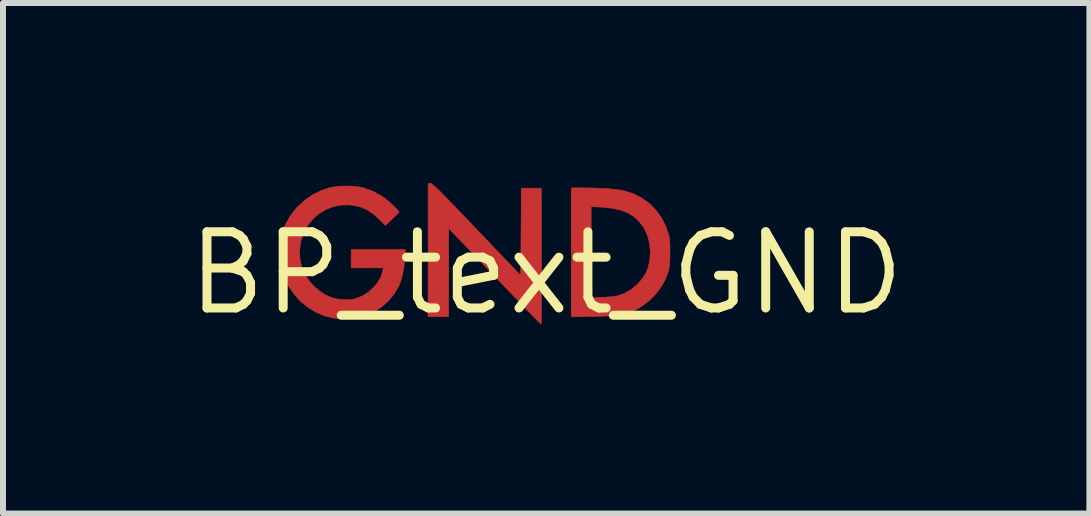
<source format=kicad_pcb>
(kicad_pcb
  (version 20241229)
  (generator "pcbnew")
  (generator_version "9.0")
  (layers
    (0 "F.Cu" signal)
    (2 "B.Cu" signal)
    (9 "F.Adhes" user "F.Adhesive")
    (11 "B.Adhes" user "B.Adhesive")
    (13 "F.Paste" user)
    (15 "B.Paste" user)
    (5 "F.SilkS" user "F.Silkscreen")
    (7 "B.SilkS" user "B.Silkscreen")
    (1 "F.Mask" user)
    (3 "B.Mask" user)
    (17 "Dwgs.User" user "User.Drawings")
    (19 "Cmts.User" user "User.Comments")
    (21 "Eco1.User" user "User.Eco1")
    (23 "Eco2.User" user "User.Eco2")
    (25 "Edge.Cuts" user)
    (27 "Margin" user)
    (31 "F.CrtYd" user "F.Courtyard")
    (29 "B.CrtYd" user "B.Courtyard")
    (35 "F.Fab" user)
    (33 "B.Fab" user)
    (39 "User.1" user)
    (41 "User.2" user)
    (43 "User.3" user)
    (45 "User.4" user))
  (footprint "BP_text_GND"
    (layer "F.Cu")
    (at 6.055 1.504)
    (property "Reference" "BP_text_GND" (at 0 0 0) (layer "F.SilkS") (effects (font (size 1.27 1.27) (thickness 0.15))))
    (attr through_hole)
    (fp_poly (pts (xy -1.923 -1.497) (xy -1.912 -1.491) (xy -1.896 -1.48) (xy -1.875 -1.462) (xy -1.847 -1.437) (xy -1.812 -1.403) (xy -1.767 -1.359) (xy -1.713 -1.305) (xy -1.648 -1.238) (xy -1.571 -1.159) (xy -1.48 -1.065) (xy -1.375 -0.955) (xy -1.254 -0.829) (xy -1.16 -0.73) (xy -0.425 0.038) (xy -0.413 -1.416) (xy -0.083 -1.416) (xy -0.079 -0.283) (xy -0.079 -0.115) (xy -0.079 0.044) (xy -0.079 0.195) (xy -0.079 0.334) (xy -0.08 0.461) (xy -0.08 0.573) (xy -0.081 0.668) (xy -0.082 0.746) (xy -0.083 0.803) (xy -0.084 0.838) (xy -0.086 0.85) (xy -0.096 0.841) (xy -0.122 0.815) (xy -0.163 0.773) (xy -0.218 0.717) (xy -0.286 0.647) (xy -0.364 0.566) (xy -0.453 0.474) (xy -0.55 0.374) (xy -0.654 0.265) (xy -0.764 0.15) (xy -0.86 0.05) (xy -1.626 -0.749) (xy -1.626 0.724) (xy -1.968 0.724) (xy -1.968 -1.499) (xy -1.931 -1.499) (xy -1.923 -1.497)) (stroke (width 0.01) (type solid)) (fill yes) (layer "F.Cu"))
    (fp_poly (pts (xy 0.619 -1.422) (xy 0.763 -1.42) (xy 0.9 -1.415) (xy 1.028 -1.408) (xy 1.141 -1.398) (xy 1.236 -1.385) (xy 1.308 -1.371) (xy 1.457 -1.322) (xy 1.594 -1.252) (xy 1.718 -1.162) (xy 1.827 -1.053) (xy 1.918 -0.928) (xy 1.991 -0.789) (xy 2.034 -0.666) (xy 2.046 -0.624) (xy 2.053 -0.585) (xy 2.059 -0.542) (xy 2.062 -0.49) (xy 2.063 -0.424) (xy 2.063 -0.349) (xy 2.062 -0.247) (xy 2.058 -0.165) (xy 2.049 -0.096) (xy 2.036 -0.034) (xy 2.016 0.027) (xy 1.989 0.093) (xy 1.982 0.109) (xy 1.915 0.23) (xy 1.828 0.345) (xy 1.726 0.449) (xy 1.613 0.539) (xy 1.493 0.61) (xy 1.403 0.648) (xy 1.35 0.666) (xy 1.298 0.68) (xy 1.245 0.692) (xy 1.187 0.7) (xy 1.119 0.707) (xy 1.039 0.712) (xy 0.942 0.716) (xy 0.824 0.719) (xy 0.784 0.72) (xy 0.419 0.727) (xy 0.419 0.41) (xy 0.749 0.41) (xy 0.937 0.403) (xy 1.018 0.398) (xy 1.093 0.392) (xy 1.156 0.384) (xy 1.199 0.375) (xy 1.313 0.332) (xy 1.421 0.269) (xy 1.518 0.189) (xy 1.6 0.096) (xy 1.664 -0.007) (xy 1.695 -0.082) (xy 1.726 -0.208) (xy 1.736 -0.34) (xy 1.727 -0.471) (xy 1.699 -0.597) (xy 1.653 -0.713) (xy 1.618 -0.773) (xy 1.545 -0.867) (xy 1.461 -0.944) (xy 1.363 -1.004) (xy 1.251 -1.049) (xy 1.12 -1.08) (xy 0.971 -1.098) (xy 0.911 -1.102) (xy 0.749 -1.109) (xy 0.749 0.41) (xy 0.419 0.41) (xy 0.419 -1.422) (xy 0.619 -1.422)) (stroke (width 0.01) (type solid)) (fill yes) (layer "F.Cu"))
    (fp_poly (pts (xy -3.201 -1.448) (xy -3.103 -1.435) (xy -3.054 -1.424) (xy -2.899 -1.37) (xy -2.759 -1.296) (xy -2.71 -1.263) (xy -2.669 -1.232) (xy -2.623 -1.193) (xy -2.576 -1.151) (xy -2.532 -1.109) (xy -2.494 -1.071) (xy -2.467 -1.041) (xy -2.454 -1.021) (xy -2.453 -1.018) (xy -2.464 -1.005) (xy -2.489 -0.979) (xy -2.525 -0.944) (xy -2.569 -0.902) (xy -2.569 -0.902) (xy -2.681 -0.796) (xy -2.77 -0.888) (xy -2.872 -0.981) (xy -2.974 -1.051) (xy -3.082 -1.1) (xy -3.199 -1.129) (xy -3.289 -1.139) (xy -3.426 -1.135) (xy -3.556 -1.108) (xy -3.678 -1.059) (xy -3.79 -0.99) (xy -3.889 -0.904) (xy -3.972 -0.802) (xy -4.038 -0.686) (xy -4.084 -0.557) (xy -4.097 -0.495) (xy -4.112 -0.35) (xy -4.102 -0.212) (xy -4.069 -0.081) (xy -4.012 0.041) (xy -3.932 0.153) (xy -3.885 0.203) (xy -3.786 0.292) (xy -3.688 0.358) (xy -3.588 0.404) (xy -3.479 0.431) (xy -3.376 0.442) (xy -3.308 0.443) (xy -3.255 0.441) (xy -3.207 0.432) (xy -3.166 0.421) (xy -3.062 0.378) (xy -2.966 0.318) (xy -2.88 0.242) (xy -2.809 0.156) (xy -2.756 0.063) (xy -2.725 -0.033) (xy -2.724 -0.041) (xy -2.715 -0.089) (xy -3.251 -0.089) (xy -3.251 -0.394) (xy -2.349 -0.394) (xy -2.357 -0.257) (xy -2.37 -0.115) (xy -2.393 0.015) (xy -2.423 0.128) (xy -2.455 0.208) (xy -2.533 0.342) (xy -2.63 0.461) (xy -2.744 0.562) (xy -2.874 0.645) (xy -2.972 0.69) (xy -3.106 0.731) (xy -3.251 0.755) (xy -3.399 0.761) (xy -3.541 0.748) (xy -3.543 0.748) (xy -3.695 0.71) (xy -3.838 0.65) (xy -3.971 0.57) (xy -4.091 0.472) (xy -4.196 0.358) (xy -4.285 0.231) (xy -4.356 0.092) (xy -4.408 -0.057) (xy -4.437 -0.213) (xy -4.445 -0.337) (xy -4.434 -0.508) (xy -4.4 -0.668) (xy -4.344 -0.817) (xy -4.265 -0.956) (xy -4.163 -1.085) (xy -4.151 -1.097) (xy -4.027 -1.214) (xy -3.892 -1.308) (xy -3.746 -1.38) (xy -3.613 -1.424) (xy -3.524 -1.441) (xy -3.42 -1.451) (xy -3.309 -1.453) (xy -3.201 -1.448)) (stroke (width 0.01) (type solid)) (fill yes) (layer "F.Cu"))
    (fp_poly (pts (xy -1.923 -1.497) (xy -1.912 -1.491) (xy -1.896 -1.48) (xy -1.875 -1.462) (xy -1.847 -1.437) (xy -1.812 -1.403) (xy -1.767 -1.359) (xy -1.713 -1.305) (xy -1.648 -1.238) (xy -1.571 -1.159) (xy -1.48 -1.065) (xy -1.375 -0.955) (xy -1.254 -0.829) (xy -1.16 -0.73) (xy -0.425 0.038) (xy -0.413 -1.416) (xy -0.083 -1.416) (xy -0.079 -0.283) (xy -0.079 -0.115) (xy -0.079 0.044) (xy -0.079 0.195) (xy -0.079 0.334) (xy -0.08 0.461) (xy -0.08 0.573) (xy -0.081 0.668) (xy -0.082 0.746) (xy -0.083 0.803) (xy -0.084 0.838) (xy -0.086 0.85) (xy -0.096 0.841) (xy -0.122 0.815) (xy -0.163 0.773) (xy -0.218 0.717) (xy -0.286 0.647) (xy -0.364 0.566) (xy -0.453 0.474) (xy -0.55 0.374) (xy -0.654 0.265) (xy -0.764 0.15) (xy -0.86 0.05) (xy -1.626 -0.749) (xy -1.626 0.724) (xy -1.968 0.724) (xy -1.968 -1.499) (xy -1.931 -1.499) (xy -1.923 -1.497)) (stroke (width 0.01) (type solid)) (fill yes) (layer "F.Mask"))
    (fp_poly (pts (xy 0.619 -1.422) (xy 0.763 -1.42) (xy 0.9 -1.415) (xy 1.028 -1.408) (xy 1.141 -1.398) (xy 1.236 -1.385) (xy 1.308 -1.371) (xy 1.457 -1.322) (xy 1.594 -1.252) (xy 1.718 -1.162) (xy 1.827 -1.053) (xy 1.918 -0.928) (xy 1.991 -0.789) (xy 2.034 -0.666) (xy 2.046 -0.624) (xy 2.053 -0.585) (xy 2.059 -0.542) (xy 2.062 -0.49) (xy 2.063 -0.424) (xy 2.063 -0.349) (xy 2.062 -0.247) (xy 2.058 -0.165) (xy 2.049 -0.096) (xy 2.036 -0.034) (xy 2.016 0.027) (xy 1.989 0.093) (xy 1.982 0.109) (xy 1.915 0.23) (xy 1.828 0.345) (xy 1.726 0.449) (xy 1.613 0.539) (xy 1.493 0.61) (xy 1.403 0.648) (xy 1.35 0.666) (xy 1.298 0.68) (xy 1.245 0.692) (xy 1.187 0.7) (xy 1.119 0.707) (xy 1.039 0.712) (xy 0.942 0.716) (xy 0.824 0.719) (xy 0.784 0.72) (xy 0.419 0.727) (xy 0.419 0.41) (xy 0.749 0.41) (xy 0.937 0.403) (xy 1.018 0.398) (xy 1.093 0.392) (xy 1.156 0.384) (xy 1.199 0.375) (xy 1.313 0.332) (xy 1.421 0.269) (xy 1.518 0.189) (xy 1.6 0.096) (xy 1.664 -0.007) (xy 1.695 -0.082) (xy 1.726 -0.208) (xy 1.736 -0.34) (xy 1.727 -0.471) (xy 1.699 -0.597) (xy 1.653 -0.713) (xy 1.618 -0.773) (xy 1.545 -0.867) (xy 1.461 -0.944) (xy 1.363 -1.004) (xy 1.251 -1.049) (xy 1.12 -1.08) (xy 0.971 -1.098) (xy 0.911 -1.102) (xy 0.749 -1.109) (xy 0.749 0.41) (xy 0.419 0.41) (xy 0.419 -1.422) (xy 0.619 -1.422)) (stroke (width 0.01) (type solid)) (fill yes) (layer "F.Mask"))
    (fp_poly (pts (xy -3.201 -1.448) (xy -3.103 -1.435) (xy -3.054 -1.424) (xy -2.899 -1.37) (xy -2.759 -1.296) (xy -2.71 -1.263) (xy -2.669 -1.232) (xy -2.623 -1.193) (xy -2.576 -1.151) (xy -2.532 -1.109) (xy -2.494 -1.071) (xy -2.467 -1.041) (xy -2.454 -1.021) (xy -2.453 -1.018) (xy -2.464 -1.005) (xy -2.489 -0.979) (xy -2.525 -0.944) (xy -2.569 -0.902) (xy -2.569 -0.902) (xy -2.681 -0.796) (xy -2.77 -0.888) (xy -2.872 -0.981) (xy -2.974 -1.051) (xy -3.082 -1.1) (xy -3.199 -1.129) (xy -3.289 -1.139) (xy -3.426 -1.135) (xy -3.556 -1.108) (xy -3.678 -1.059) (xy -3.79 -0.99) (xy -3.889 -0.904) (xy -3.972 -0.802) (xy -4.038 -0.686) (xy -4.084 -0.557) (xy -4.097 -0.495) (xy -4.112 -0.35) (xy -4.102 -0.212) (xy -4.069 -0.081) (xy -4.012 0.041) (xy -3.932 0.153) (xy -3.885 0.203) (xy -3.786 0.292) (xy -3.688 0.358) (xy -3.588 0.404) (xy -3.479 0.431) (xy -3.376 0.442) (xy -3.308 0.443) (xy -3.255 0.441) (xy -3.207 0.432) (xy -3.166 0.421) (xy -3.062 0.378) (xy -2.966 0.318) (xy -2.88 0.242) (xy -2.809 0.156) (xy -2.756 0.063) (xy -2.725 -0.033) (xy -2.724 -0.041) (xy -2.715 -0.089) (xy -3.251 -0.089) (xy -3.251 -0.394) (xy -2.349 -0.394) (xy -2.357 -0.257) (xy -2.37 -0.115) (xy -2.393 0.015) (xy -2.423 0.128) (xy -2.455 0.208) (xy -2.533 0.342) (xy -2.63 0.461) (xy -2.744 0.562) (xy -2.874 0.645) (xy -2.972 0.69) (xy -3.106 0.731) (xy -3.251 0.755) (xy -3.399 0.761) (xy -3.541 0.748) (xy -3.543 0.748) (xy -3.695 0.71) (xy -3.838 0.65) (xy -3.971 0.57) (xy -4.091 0.472) (xy -4.196 0.358) (xy -4.285 0.231) (xy -4.356 0.092) (xy -4.408 -0.057) (xy -4.437 -0.213) (xy -4.445 -0.337) (xy -4.434 -0.508) (xy -4.4 -0.668) (xy -4.344 -0.817) (xy -4.265 -0.956) (xy -4.163 -1.085) (xy -4.151 -1.097) (xy -4.027 -1.214) (xy -3.892 -1.308) (xy -3.746 -1.38) (xy -3.613 -1.424) (xy -3.524 -1.441) (xy -3.42 -1.451) (xy -3.309 -1.453) (xy -3.201 -1.448)) (stroke (width 0.01) (type solid)) (fill yes) (layer "F.Mask")))
  (gr_rect
    (start -3 -3)
    (end 15.11 5.51)
    (stroke (width 0.1) (type default))
    (fill no)
    (layer "Edge.Cuts")))
</source>
